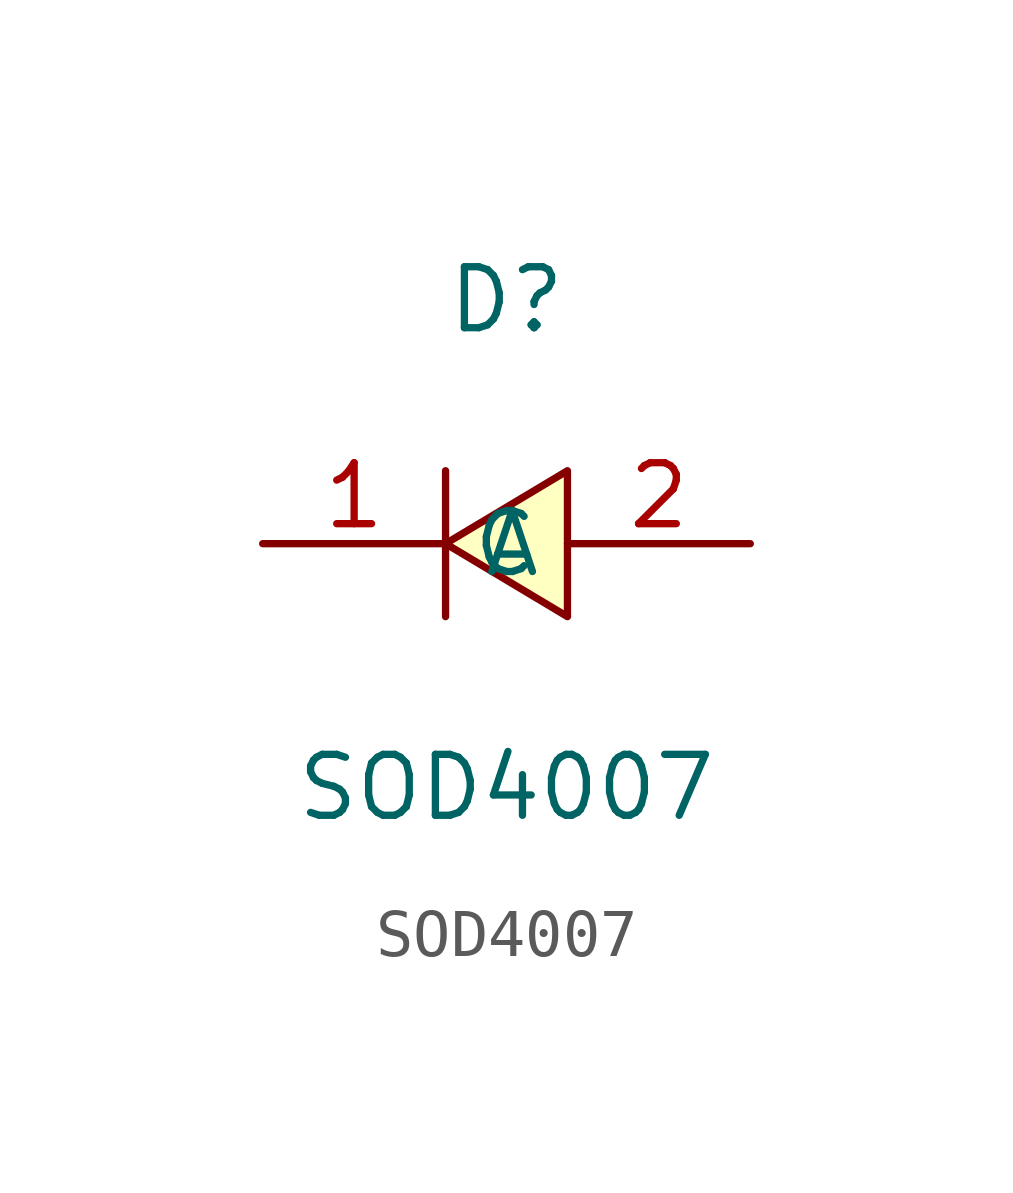
<source format=kicad_sym>
(kicad_symbol_lib
  (version 20211014)
  (generator https://github.com/uPesy/easyeda2kicad.py)
  (symbol "SOD4007"
    (property "Reference" "D"
      (at 0 5.08 0)
      (effects (font (size 1.27 1.27))))
    (property "Value" "SOD4007"
      (at 0 -5.08 0)
      (effects (font (size 1.27 1.27))))
    (symbol "SOD4007_0_1"
      (polyline (pts (xy 1.27 1.52) (xy -1.27 -0.00) (xy 1.27 -1.52) (xy 1.27 1.52)) (stroke (width 0) (type default) (color 0 0 0 0)) (fill (type background)))
      (polyline (pts (xy -1.27 -1.52) (xy -1.27 1.52)) (stroke (width 0) (type default) (color 0 0 0 0)) (fill (type none)))
      (pin unspecified line (at 5.08 -0.00 180) (length 3.81) (name "A" (effects (font (size 1.27 1.27)))) (number "2" (effects (font (size 1.27 1.27)))))
      (pin unspecified line (at -5.08 -0.00 0) (length 3.81) (name "C" (effects (font (size 1.27 1.27)))) (number "1" (effects (font (size 1.27 1.27))))))))
</source>
